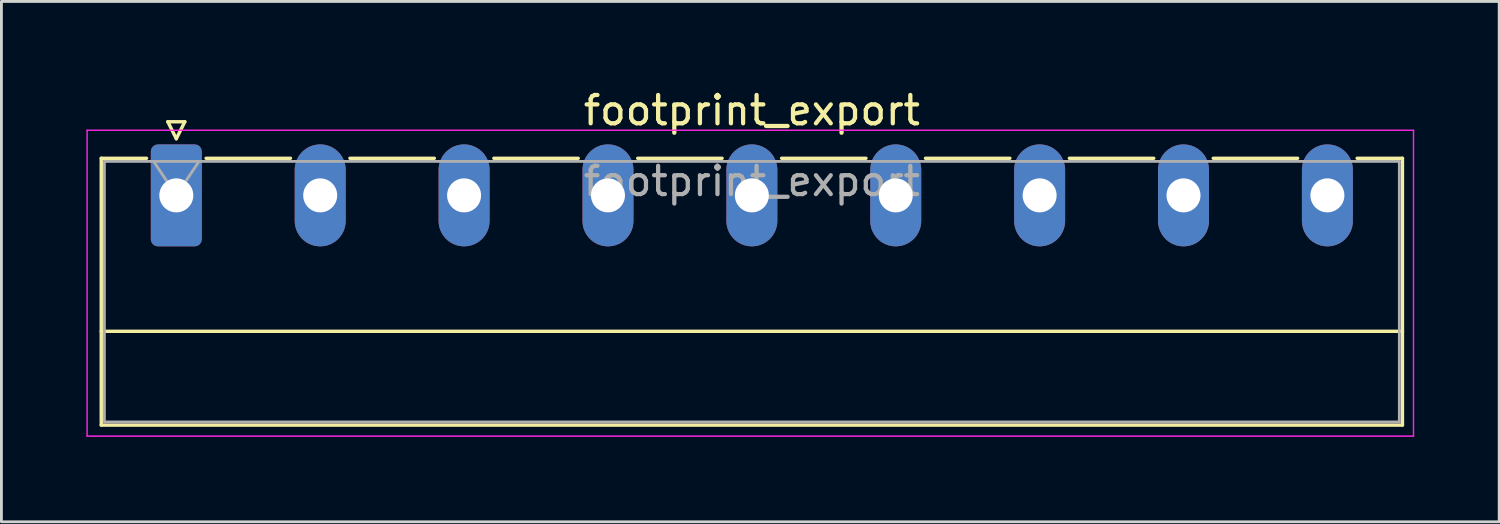
<source format=kicad_pcb>
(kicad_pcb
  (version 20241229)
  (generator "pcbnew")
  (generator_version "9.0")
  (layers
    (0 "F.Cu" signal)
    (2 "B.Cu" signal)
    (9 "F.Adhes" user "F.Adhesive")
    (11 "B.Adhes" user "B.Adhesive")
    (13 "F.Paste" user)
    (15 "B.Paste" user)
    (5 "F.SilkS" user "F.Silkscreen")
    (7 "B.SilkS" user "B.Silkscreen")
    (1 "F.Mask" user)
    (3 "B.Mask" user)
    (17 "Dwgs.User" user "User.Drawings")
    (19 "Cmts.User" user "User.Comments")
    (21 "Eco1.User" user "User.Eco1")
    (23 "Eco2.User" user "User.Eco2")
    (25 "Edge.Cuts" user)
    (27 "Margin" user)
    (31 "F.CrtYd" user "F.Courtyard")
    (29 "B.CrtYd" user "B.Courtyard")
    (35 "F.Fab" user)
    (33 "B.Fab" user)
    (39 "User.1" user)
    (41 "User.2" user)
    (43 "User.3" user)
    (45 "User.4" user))
  (footprint "footprint_export"
    (layer "F.Cu")
    (at 3.175 3.848)
    (property "Reference" "footprint_export" (at 20.32 -3 0) (layer "F.SilkS") (effects (font (size 1 1) (thickness 0.15))))
    (attr through_hole)
    (fp_line (start -2.65 -1.31) (end -2.65 8.11) (stroke (width 0.12) (type solid)) (layer "F.SilkS"))
    (fp_line (start -2.65 -1.31) (end -1.05 -1.31) (stroke (width 0.12) (type solid)) (layer "F.SilkS"))
    (fp_line (start -2.65 4.8) (end 43.29 4.8) (stroke (width 0.12) (type solid)) (layer "F.SilkS"))
    (fp_line (start -2.65 8.11) (end 43.29 8.11) (stroke (width 0.12) (type solid)) (layer "F.SilkS"))
    (fp_line (start -0.3 -2.6) (end 0.3 -2.6) (stroke (width 0.12) (type solid)) (layer "F.SilkS"))
    (fp_line (start 0 -2) (end -0.3 -2.6) (stroke (width 0.12) (type solid)) (layer "F.SilkS"))
    (fp_line (start 0.3 -2.6) (end 0 -2) (stroke (width 0.12) (type solid)) (layer "F.SilkS"))
    (fp_line (start 1.05 -1.31) (end 4.03 -1.31) (stroke (width 0.12) (type solid)) (layer "F.SilkS"))
    (fp_line (start 6.13 -1.31) (end 9.11 -1.31) (stroke (width 0.12) (type solid)) (layer "F.SilkS"))
    (fp_line (start 11.21 -1.31) (end 14.19 -1.31) (stroke (width 0.12) (type solid)) (layer "F.SilkS"))
    (fp_line (start 16.29 -1.31) (end 19.27 -1.31) (stroke (width 0.12) (type solid)) (layer "F.SilkS"))
    (fp_line (start 21.37 -1.31) (end 24.35 -1.31) (stroke (width 0.12) (type solid)) (layer "F.SilkS"))
    (fp_line (start 26.45 -1.31) (end 29.43 -1.31) (stroke (width 0.12) (type solid)) (layer "F.SilkS"))
    (fp_line (start 31.53 -1.31) (end 34.51 -1.31) (stroke (width 0.12) (type solid)) (layer "F.SilkS"))
    (fp_line (start 36.61 -1.31) (end 39.59 -1.31) (stroke (width 0.12) (type solid)) (layer "F.SilkS"))
    (fp_line (start 43.29 -1.31) (end 41.69 -1.31) (stroke (width 0.12) (type solid)) (layer "F.SilkS"))
    (fp_line (start 43.29 8.11) (end 43.29 -1.31) (stroke (width 0.12) (type solid)) (layer "F.SilkS"))
    (fp_line (start -3.15 -2.3) (end -3.15 8.5) (stroke (width 0.05) (type solid)) (layer "F.CrtYd"))
    (fp_line (start -3.15 8.5) (end 43.68 8.5) (stroke (width 0.05) (type solid)) (layer "F.CrtYd"))
    (fp_line (start 43.68 -2.3) (end -3.15 -2.3) (stroke (width 0.05) (type solid)) (layer "F.CrtYd"))
    (fp_line (start 43.68 8.5) (end 43.68 -2.3) (stroke (width 0.05) (type solid)) (layer "F.CrtYd"))
    (fp_line (start -2.54 -1.2) (end -2.54 8) (stroke (width 0.1) (type solid)) (layer "F.Fab"))
    (fp_line (start -2.54 8) (end 43.18 8) (stroke (width 0.1) (type solid)) (layer "F.Fab"))
    (fp_line (start 0 0) (end -0.8 -1.2) (stroke (width 0.1) (type solid)) (layer "F.Fab"))
    (fp_line (start 0.8 -1.2) (end 0 0) (stroke (width 0.1) (type solid)) (layer "F.Fab"))
    (fp_line (start 43.18 -1.2) (end -2.54 -1.2) (stroke (width 0.1) (type solid)) (layer "F.Fab"))
    (fp_line (start 43.18 8) (end 43.18 -1.2) (stroke (width 0.1) (type solid)) (layer "F.Fab"))
    (fp_text user "${REFERENCE}" (at 20.32 -0.5 0) (layer "F.Fab") (effects (font (size 1 1) (thickness 0.15))))
    (pad "1" thru_hole roundrect (at 0 0) (size 1.8 3.6) (drill 1.2) (layers "*.Cu" "*.Mask") (roundrect_rratio 0.139))
    (pad "2" thru_hole oval (at 5.08 0) (size 1.8 3.6) (drill 1.2) (layers "*.Cu" "*.Mask"))
    (pad "3" thru_hole oval (at 10.16 0) (size 1.8 3.6) (drill 1.2) (layers "*.Cu" "*.Mask"))
    (pad "4" thru_hole oval (at 15.24 0) (size 1.8 3.6) (drill 1.2) (layers "*.Cu" "*.Mask"))
    (pad "5" thru_hole oval (at 20.32 0) (size 1.8 3.6) (drill 1.2) (layers "*.Cu" "*.Mask"))
    (pad "6" thru_hole oval (at 25.4 0) (size 1.8 3.6) (drill 1.2) (layers "*.Cu" "*.Mask"))
    (pad "7" thru_hole oval (at 30.48 0) (size 1.8 3.6) (drill 1.2) (layers "*.Cu" "*.Mask"))
    (pad "8" thru_hole oval (at 35.56 0) (size 1.8 3.6) (drill 1.2) (layers "*.Cu" "*.Mask"))
    (pad "9" thru_hole oval (at 40.64 0) (size 1.8 3.6) (drill 1.2) (layers "*.Cu" "*.Mask")))
  (gr_rect
    (start -3 -3)
    (end 49.88 15.373)
    (stroke (width 0.1) (type default))
    (fill no)
    (layer "Edge.Cuts")))
</source>
